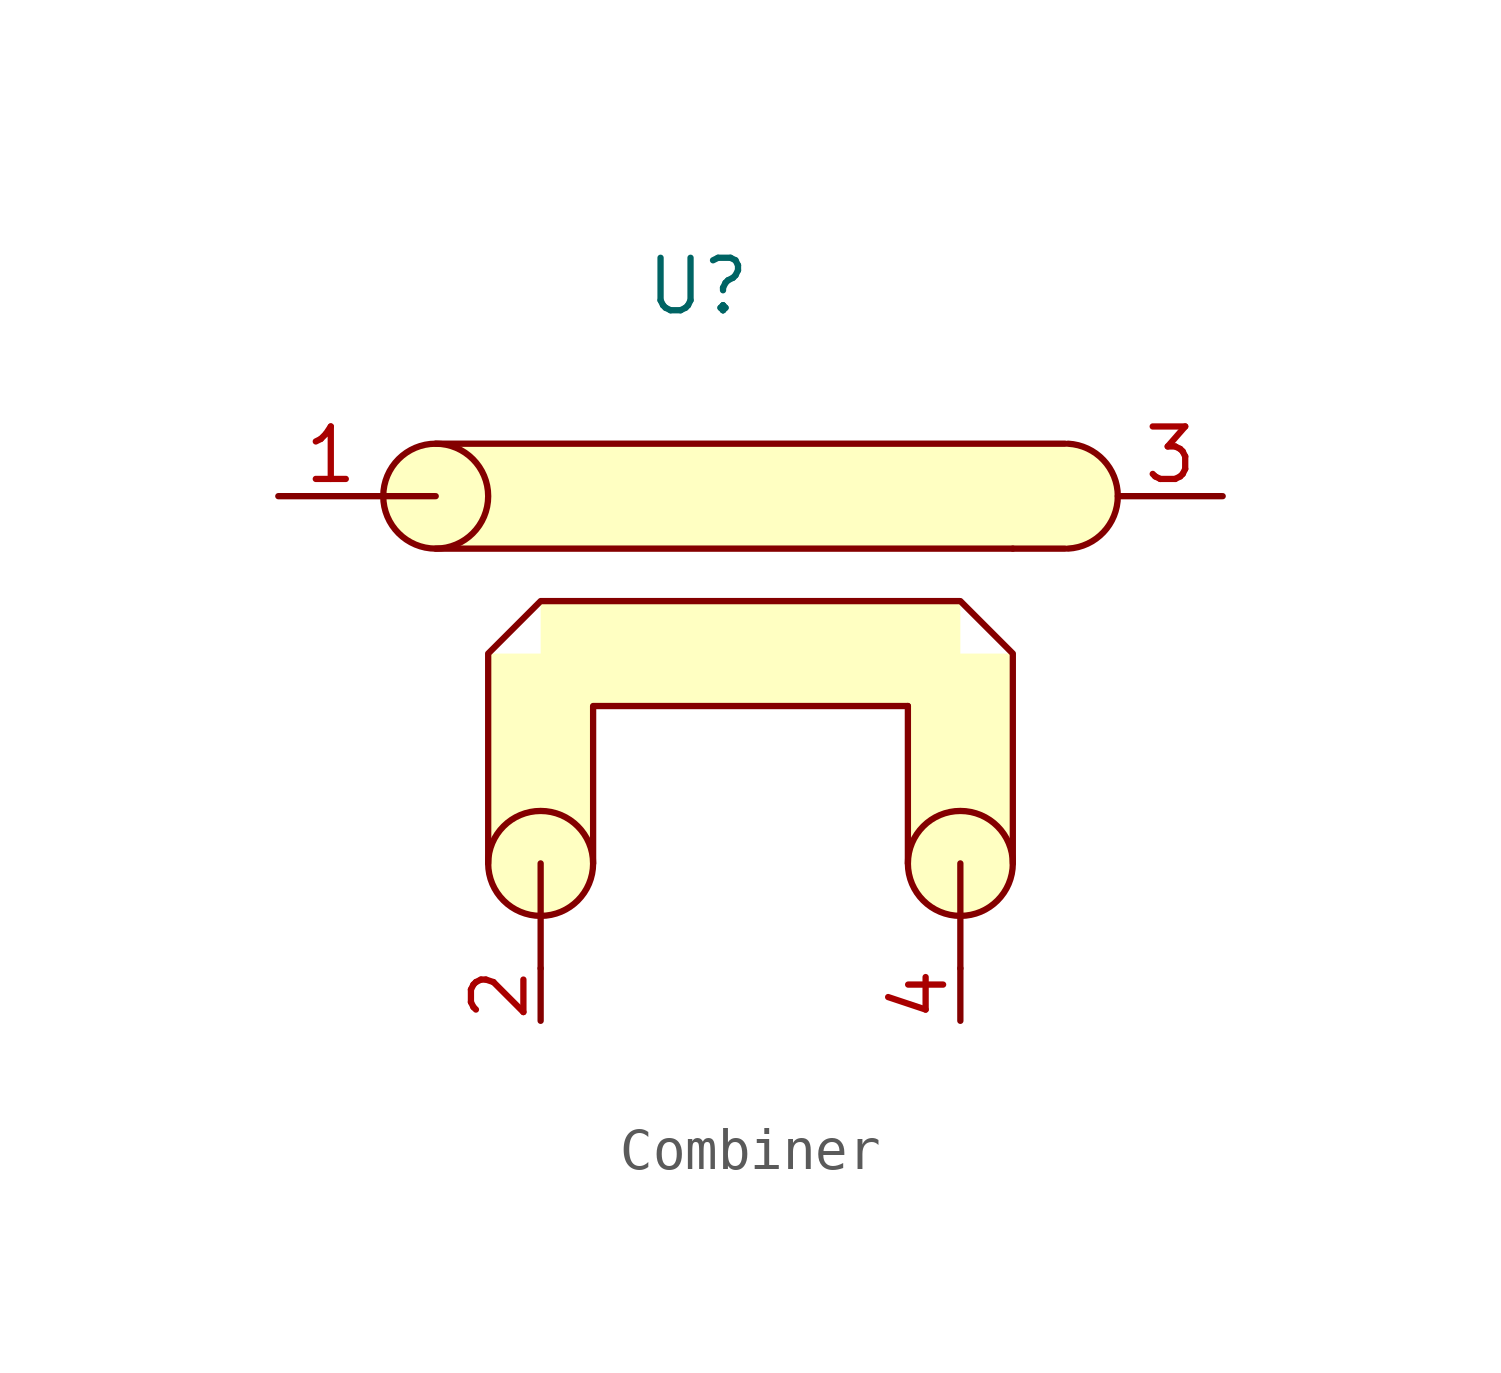
<source format=kicad_sym>
(kicad_symbol_lib
  (version 20220914)
  (generator kicad_symbol_editor)
  (symbol "Combiner"
    (property "Reference" "U"
      (at -1.27 5.08 0)
      (effects (font (size 1.27 1.27))))
    (property "Value" ""
      (at 0 0 0)
      (effects (font (size 1.27 1.27))))
    (symbol "Combiner_0_1"
      (circle (center -7.62 0) (radius 1.27) (stroke (width 0) (type default)) (fill (type none)))
      (circle (center -7.62 0) (radius 1.27) (stroke (width -0.0001) (type default)) (fill (type background)))
      (rectangle (start -7.62 1.27) (end 7.62 -1.27) (stroke (width -0.0001) (type default)) (fill (type background)))
      (rectangle (start -6.35 -3.81) (end -3.81 -8.89) (stroke (width -0.0001) (type default)) (fill (type background)))
      (circle (center -5.08 -8.89) (radius 1.27) (stroke (width 0) (type default)) (fill (type none)))
      (circle (center -5.08 -8.89) (radius 1.27) (stroke (width -0.0001) (type default)) (fill (type background)))
      (rectangle (start -5.08 -2.54) (end 5.08 -5.08) (stroke (width -0.0001) (type default)) (fill (type background)))
      (polyline (pts (xy -7.62 0) (xy -8.89 0)) (stroke (width 0) (type default)) (fill (type none)))
      (polyline (pts (xy -7.62 1.27) (xy 7.62 1.27)) (stroke (width 0) (type default)) (fill (type none)))
      (polyline (pts (xy -5.08 -8.89) (xy -5.08 -11.43)) (stroke (width 0) (type default)) (fill (type none)))
      (polyline (pts (xy 3.81 -5.08) (xy 3.81 -5.08)) (stroke (width 0) (type default)) (fill (type none)))
      (polyline (pts (xy 5.08 -8.89) (xy 5.08 -11.43)) (stroke (width 0) (type default)) (fill (type none)))
      (polyline (pts (xy 6.35 -1.27) (xy 6.35 -1.27)) (stroke (width 0) (type default)) (fill (type none)))
      (polyline (pts (xy 7.62 -1.27) (xy -7.62 -1.27)) (stroke (width 0) (type default)) (fill (type none)))
      (polyline (pts (xy -3.81 -8.89) (xy -3.81 -5.08) (xy 3.81 -5.08) (xy 3.81 -8.89)) (stroke (width 0) (type default)) (fill (type none)))
      (polyline (pts (xy 6.35 -8.89) (xy 6.35 -3.81) (xy 5.08 -2.54) (xy -5.08 -2.54) (xy -6.35 -3.81) (xy -6.35 -7.62) (xy -6.35 -8.89)) (stroke (width 0) (type default)) (fill (type none)))
      (rectangle (start 3.81 -3.81) (end 6.35 -8.89) (stroke (width -0.0001) (type default)) (fill (type background)))
      (circle (center 5.08 -8.89) (radius 1.27) (stroke (width 0) (type default)) (fill (type none)))
      (circle (center 5.08 -8.89) (radius 1.27) (stroke (width -0.0001) (type default)) (fill (type background)))
      (circle (center 7.62 0) (radius 1.27) (stroke (width -0.0001) (type default)) (fill (type background)))
      (arc (start 7.6876 -1.27) (mid 8.8918 0) (end 7.6876 1.27) (stroke (width 0) (type default)) (fill (type none))))
    (symbol "Combiner_1_1"
      (pin passive line (at -11.43 0 0) (length 2.54) (name "" (effects (font (size 1.27 1.27)))) (number "1" (effects (font (size 1.27 1.27)))))
      (pin passive line (at -5.08 -12.7 90) (length 1.27) (name "" (effects (font (size 1.27 1.27)))) (number "2" (effects (font (size 1.27 1.27)))))
      (pin passive line (at 11.43 0 180) (length 2.54) (name "" (effects (font (size 1.27 1.27)))) (number "3" (effects (font (size 1.27 1.27)))))
      (pin passive line (at 5.08 -12.7 90) (length 1.27) (name "" (effects (font (size 1.27 1.27)))) (number "4" (effects (font (size 1.27 1.27))))))))
</source>
